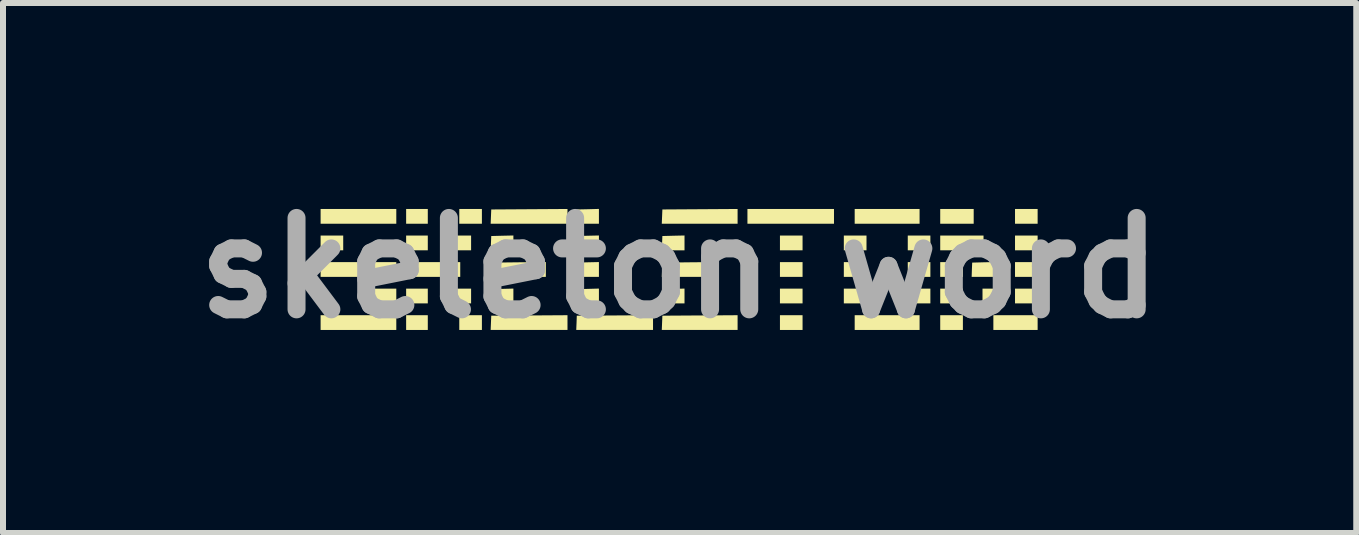
<source format=kicad_pcb>
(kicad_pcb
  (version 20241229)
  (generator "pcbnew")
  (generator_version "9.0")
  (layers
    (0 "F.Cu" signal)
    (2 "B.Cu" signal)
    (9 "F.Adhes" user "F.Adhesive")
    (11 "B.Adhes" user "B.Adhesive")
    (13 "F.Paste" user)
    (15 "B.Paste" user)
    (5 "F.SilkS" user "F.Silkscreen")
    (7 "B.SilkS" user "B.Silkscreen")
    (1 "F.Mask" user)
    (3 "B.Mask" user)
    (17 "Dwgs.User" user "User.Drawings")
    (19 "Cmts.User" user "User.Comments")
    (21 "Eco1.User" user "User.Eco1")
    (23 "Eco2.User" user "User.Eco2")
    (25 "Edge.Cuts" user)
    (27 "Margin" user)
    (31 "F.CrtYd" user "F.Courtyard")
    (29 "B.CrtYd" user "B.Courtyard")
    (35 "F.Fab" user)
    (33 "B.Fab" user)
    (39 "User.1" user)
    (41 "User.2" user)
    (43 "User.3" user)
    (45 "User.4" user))
  (footprint "skeleton word"
    (layer "F.Cu")
    (at 8.28 1.418)
    (property "Reference" "skeleton word" (at 0 0 0) (layer "F.Fab") (effects (font (size 1.524 1.524) (thickness 0.3))))
    (attr board_only exclude_from_pos_files exclude_from_bom)
    (fp_poly (pts (xy -5.608 -0.295) (xy -5.985 -0.295) (xy -5.985 -0.541) (xy -5.608 -0.541)) (stroke (width 0) (type solid)) (fill yes) (layer "F.SilkS"))
    (fp_poly (pts (xy -4.723 -0.738) (xy -5.985 -0.738) (xy -5.985 -0.984) (xy -4.723 -0.984)) (stroke (width 0) (type solid)) (fill yes) (layer "F.SilkS"))
    (fp_poly (pts (xy -4.723 0.148) (xy -5.985 0.148) (xy -5.985 -0.098) (xy -4.723 -0.098)) (stroke (width 0) (type solid)) (fill yes) (layer "F.SilkS"))
    (fp_poly (pts (xy -4.723 0.59) (xy -5.1 0.59) (xy -5.1 0.344) (xy -4.723 0.344)) (stroke (width 0) (type solid)) (fill yes) (layer "F.SilkS"))
    (fp_poly (pts (xy -4.723 1.033) (xy -5.985 1.033) (xy -5.985 0.787) (xy -4.723 0.787)) (stroke (width 0) (type solid)) (fill yes) (layer "F.SilkS"))
    (fp_poly (pts (xy -4.198 -0.738) (xy -4.559 -0.738) (xy -4.559 -0.984) (xy -4.198 -0.984)) (stroke (width 0) (type solid)) (fill yes) (layer "F.SilkS"))
    (fp_poly (pts (xy -4.198 -0.295) (xy -4.559 -0.295) (xy -4.559 -0.541) (xy -4.198 -0.541)) (stroke (width 0) (type solid)) (fill yes) (layer "F.SilkS"))
    (fp_poly (pts (xy -4.198 0.59) (xy -4.559 0.59) (xy -4.559 0.344) (xy -4.198 0.344)) (stroke (width 0) (type solid)) (fill yes) (layer "F.SilkS"))
    (fp_poly (pts (xy -4.198 1.033) (xy -4.559 1.033) (xy -4.559 0.787) (xy -4.198 0.787)) (stroke (width 0) (type solid)) (fill yes) (layer "F.SilkS"))
    (fp_poly (pts (xy -3.657 0.148) (xy -4.559 0.148) (xy -4.559 -0.098) (xy -3.657 -0.098)) (stroke (width 0) (type solid)) (fill yes) (layer "F.SilkS"))
    (fp_poly (pts (xy -3.476 -0.295) (xy -3.853 -0.295) (xy -3.853 -0.541) (xy -3.476 -0.541)) (stroke (width 0) (type solid)) (fill yes) (layer "F.SilkS"))
    (fp_poly (pts (xy -3.476 0.59) (xy -3.853 0.59) (xy -3.853 0.344) (xy -3.476 0.344)) (stroke (width 0) (type solid)) (fill yes) (layer "F.SilkS"))
    (fp_poly (pts (xy -3.296 -0.738) (xy -3.673 -0.738) (xy -3.673 -0.984) (xy -3.296 -0.984)) (stroke (width 0) (type solid)) (fill yes) (layer "F.SilkS"))
    (fp_poly (pts (xy -3.296 1.033) (xy -3.673 1.033) (xy -3.673 0.787) (xy -3.296 0.787)) (stroke (width 0) (type solid)) (fill yes) (layer "F.SilkS"))
    (fp_poly (pts (xy 2.05 -0.295) (xy 1.673 -0.295) (xy 1.673 -0.541) (xy 2.05 -0.541)) (stroke (width 0) (type solid)) (fill yes) (layer "F.SilkS"))
    (fp_poly (pts (xy 2.05 0.148) (xy 1.673 0.148) (xy 1.673 -0.098) (xy 2.05 -0.098)) (stroke (width 0) (type solid)) (fill yes) (layer "F.SilkS"))
    (fp_poly (pts (xy 2.05 0.59) (xy 1.673 0.59) (xy 1.673 0.344) (xy 2.05 0.344)) (stroke (width 0) (type solid)) (fill yes) (layer "F.SilkS"))
    (fp_poly (pts (xy 2.05 1.033) (xy 1.673 1.033) (xy 1.673 0.787) (xy 2.05 0.787)) (stroke (width 0) (type solid)) (fill yes) (layer "F.SilkS"))
    (fp_poly (pts (xy 2.574 -0.738) (xy 1.131 -0.738) (xy 1.131 -0.984) (xy 2.574 -0.984)) (stroke (width 0) (type solid)) (fill yes) (layer "F.SilkS"))
    (fp_poly (pts (xy 3.116 -0.295) (xy 2.738 -0.295) (xy 2.738 -0.541) (xy 3.116 -0.541)) (stroke (width 0) (type solid)) (fill yes) (layer "F.SilkS"))
    (fp_poly (pts (xy 3.116 0.148) (xy 2.738 0.148) (xy 2.738 -0.098) (xy 3.116 -0.098)) (stroke (width 0) (type solid)) (fill yes) (layer "F.SilkS"))
    (fp_poly (pts (xy 3.116 0.59) (xy 2.738 0.59) (xy 2.738 0.344) (xy 3.116 0.344)) (stroke (width 0) (type solid)) (fill yes) (layer "F.SilkS"))
    (fp_poly (pts (xy 4.001 -0.738) (xy 2.919 -0.738) (xy 2.919 -0.984) (xy 4.001 -0.984)) (stroke (width 0) (type solid)) (fill yes) (layer "F.SilkS"))
    (fp_poly (pts (xy 4.001 1.033) (xy 2.919 1.033) (xy 2.919 0.787) (xy 4.001 0.787)) (stroke (width 0) (type solid)) (fill yes) (layer "F.SilkS"))
    (fp_poly (pts (xy 4.181 -0.295) (xy 3.804 -0.295) (xy 3.804 -0.541) (xy 4.181 -0.541)) (stroke (width 0) (type solid)) (fill yes) (layer "F.SilkS"))
    (fp_poly (pts (xy 4.181 0.148) (xy 3.804 0.148) (xy 3.804 -0.098) (xy 4.181 -0.098)) (stroke (width 0) (type solid)) (fill yes) (layer "F.SilkS"))
    (fp_poly (pts (xy 4.181 0.59) (xy 3.804 0.59) (xy 3.804 0.344) (xy 4.181 0.344)) (stroke (width 0) (type solid)) (fill yes) (layer "F.SilkS"))
    (fp_poly (pts (xy 4.723 0.148) (xy 4.345 0.148) (xy 4.345 -0.098) (xy 4.723 -0.098)) (stroke (width 0) (type solid)) (fill yes) (layer "F.SilkS"))
    (fp_poly (pts (xy 4.723 0.59) (xy 4.345 0.59) (xy 4.345 0.344) (xy 4.723 0.344)) (stroke (width 0) (type solid)) (fill yes) (layer "F.SilkS"))
    (fp_poly (pts (xy 4.723 1.033) (xy 4.345 1.033) (xy 4.345 0.787) (xy 4.723 0.787)) (stroke (width 0) (type solid)) (fill yes) (layer "F.SilkS"))
    (fp_poly (pts (xy 4.903 -0.738) (xy 4.345 -0.738) (xy 4.345 -0.984) (xy 4.903 -0.984)) (stroke (width 0) (type solid)) (fill yes) (layer "F.SilkS"))
    (fp_poly (pts (xy 5.067 -0.295) (xy 4.345 -0.295) (xy 4.345 -0.541) (xy 5.067 -0.541)) (stroke (width 0) (type solid)) (fill yes) (layer "F.SilkS"))
    (fp_poly (pts (xy 5.428 0.59) (xy 5.05 0.59) (xy 5.05 0.344) (xy 5.428 0.344)) (stroke (width 0) (type solid)) (fill yes) (layer "F.SilkS"))
    (fp_poly (pts (xy 5.969 -0.738) (xy 5.592 -0.738) (xy 5.592 -0.984) (xy 5.969 -0.984)) (stroke (width 0) (type solid)) (fill yes) (layer "F.SilkS"))
    (fp_poly (pts (xy 5.969 -0.295) (xy 5.592 -0.295) (xy 5.592 -0.541) (xy 5.969 -0.541)) (stroke (width 0) (type solid)) (fill yes) (layer "F.SilkS"))
    (fp_poly (pts (xy 5.969 0.148) (xy 5.592 0.148) (xy 5.592 -0.098) (xy 5.969 -0.098)) (stroke (width 0) (type solid)) (fill yes) (layer "F.SilkS"))
    (fp_poly (pts (xy 5.969 0.59) (xy 5.592 0.59) (xy 5.592 0.344) (xy 5.969 0.344)) (stroke (width 0) (type solid)) (fill yes) (layer "F.SilkS"))
    (fp_poly (pts (xy 5.969 1.033) (xy 5.231 1.033) (xy 5.231 0.787) (xy 5.969 0.787)) (stroke (width 0) (type solid)) (fill yes) (layer "F.SilkS"))
    (fp_poly (pts (xy -2.771 -0.295) (xy -3.15 -0.295) (xy -3.14 -0.533) (xy -2.956 -0.538) (xy -2.771 -0.542)) (stroke (width 0) (type solid)) (fill yes) (layer "F.SilkS"))
    (fp_poly (pts (xy -2.771 0.59) (xy -3.15 0.59) (xy -3.14 0.353) (xy -2.956 0.348) (xy -2.771 0.343)) (stroke (width 0) (type solid)) (fill yes) (layer "F.SilkS"))
    (fp_poly (pts (xy -2.23 0.148) (xy -3.15 0.148) (xy -3.14 -0.09) (xy -2.685 -0.095) (xy -2.23 -0.099)) (stroke (width 0) (type solid)) (fill yes) (layer "F.SilkS"))
    (fp_poly (pts (xy -1.869 -0.738) (xy -3.15 -0.738) (xy -3.145 -0.857) (xy -3.14 -0.976) (xy -1.869 -0.984)) (stroke (width 0) (type solid)) (fill yes) (layer "F.SilkS"))
    (fp_poly (pts (xy -1.869 1.033) (xy -3.15 1.033) (xy -3.145 0.914) (xy -3.14 0.795) (xy -1.869 0.787)) (stroke (width 0) (type solid)) (fill yes) (layer "F.SilkS"))
    (fp_poly (pts (xy -1.345 -0.295) (xy -1.723 -0.295) (xy -1.714 -0.533) (xy -1.529 -0.538) (xy -1.345 -0.542)) (stroke (width 0) (type solid)) (fill yes) (layer "F.SilkS"))
    (fp_poly (pts (xy -1.345 0.148) (xy -1.723 0.148) (xy -1.714 -0.09) (xy -1.529 -0.095) (xy -1.345 -0.099)) (stroke (width 0) (type solid)) (fill yes) (layer "F.SilkS"))
    (fp_poly (pts (xy -1.345 0.59) (xy -1.723 0.59) (xy -1.714 0.353) (xy -1.529 0.348) (xy -1.345 0.343)) (stroke (width 0) (type solid)) (fill yes) (layer "F.SilkS"))
    (fp_poly (pts (xy -0.443 1.033) (xy -1.723 1.033) (xy -1.718 0.914) (xy -1.714 0.795) (xy -0.443 0.787)) (stroke (width 0) (type solid)) (fill yes) (layer "F.SilkS"))
    (fp_poly (pts (xy 0.082 -0.295) (xy -0.297 -0.295) (xy -0.287 -0.533) (xy -0.102 -0.538) (xy 0.082 -0.542)) (stroke (width 0) (type solid)) (fill yes) (layer "F.SilkS"))
    (fp_poly (pts (xy 0.082 0.59) (xy -0.297 0.59) (xy -0.287 0.353) (xy -0.102 0.348) (xy 0.082 0.343)) (stroke (width 0) (type solid)) (fill yes) (layer "F.SilkS"))
    (fp_poly (pts (xy 0.623 0.148) (xy -0.297 0.148) (xy -0.287 -0.09) (xy 0.168 -0.095) (xy 0.623 -0.099)) (stroke (width 0) (type solid)) (fill yes) (layer "F.SilkS"))
    (fp_poly (pts (xy 0.967 -0.738) (xy -0.297 -0.738) (xy -0.292 -0.857) (xy -0.287 -0.976) (xy 0.967 -0.984)) (stroke (width 0) (type solid)) (fill yes) (layer "F.SilkS"))
    (fp_poly (pts (xy 0.967 1.033) (xy -0.297 1.033) (xy -0.292 0.914) (xy -0.287 0.795) (xy 0.967 0.787)) (stroke (width 0) (type solid)) (fill yes) (layer "F.SilkS"))
    (fp_poly (pts (xy -1.345 -0.738) (xy -1.723 -0.738) (xy -1.718 -0.857) (xy -1.714 -0.976) (xy -1.529 -0.98) (xy -1.345 -0.985)) (stroke (width 0) (type solid)) (fill yes) (layer "F.SilkS"))
    (fp_poly (pts (xy 5.247 0.148) (xy 4.869 0.148) (xy 4.873 0.029) (xy 4.878 -0.09) (xy 5.063 -0.095) (xy 5.247 -0.099)) (stroke (width 0) (type solid)) (fill yes) (layer "F.SilkS")))
  (gr_rect
    (start -3 -3)
    (end 19.561 5.836)
    (stroke (width 0.1) (type default))
    (fill no)
    (layer "Edge.Cuts")))
</source>
